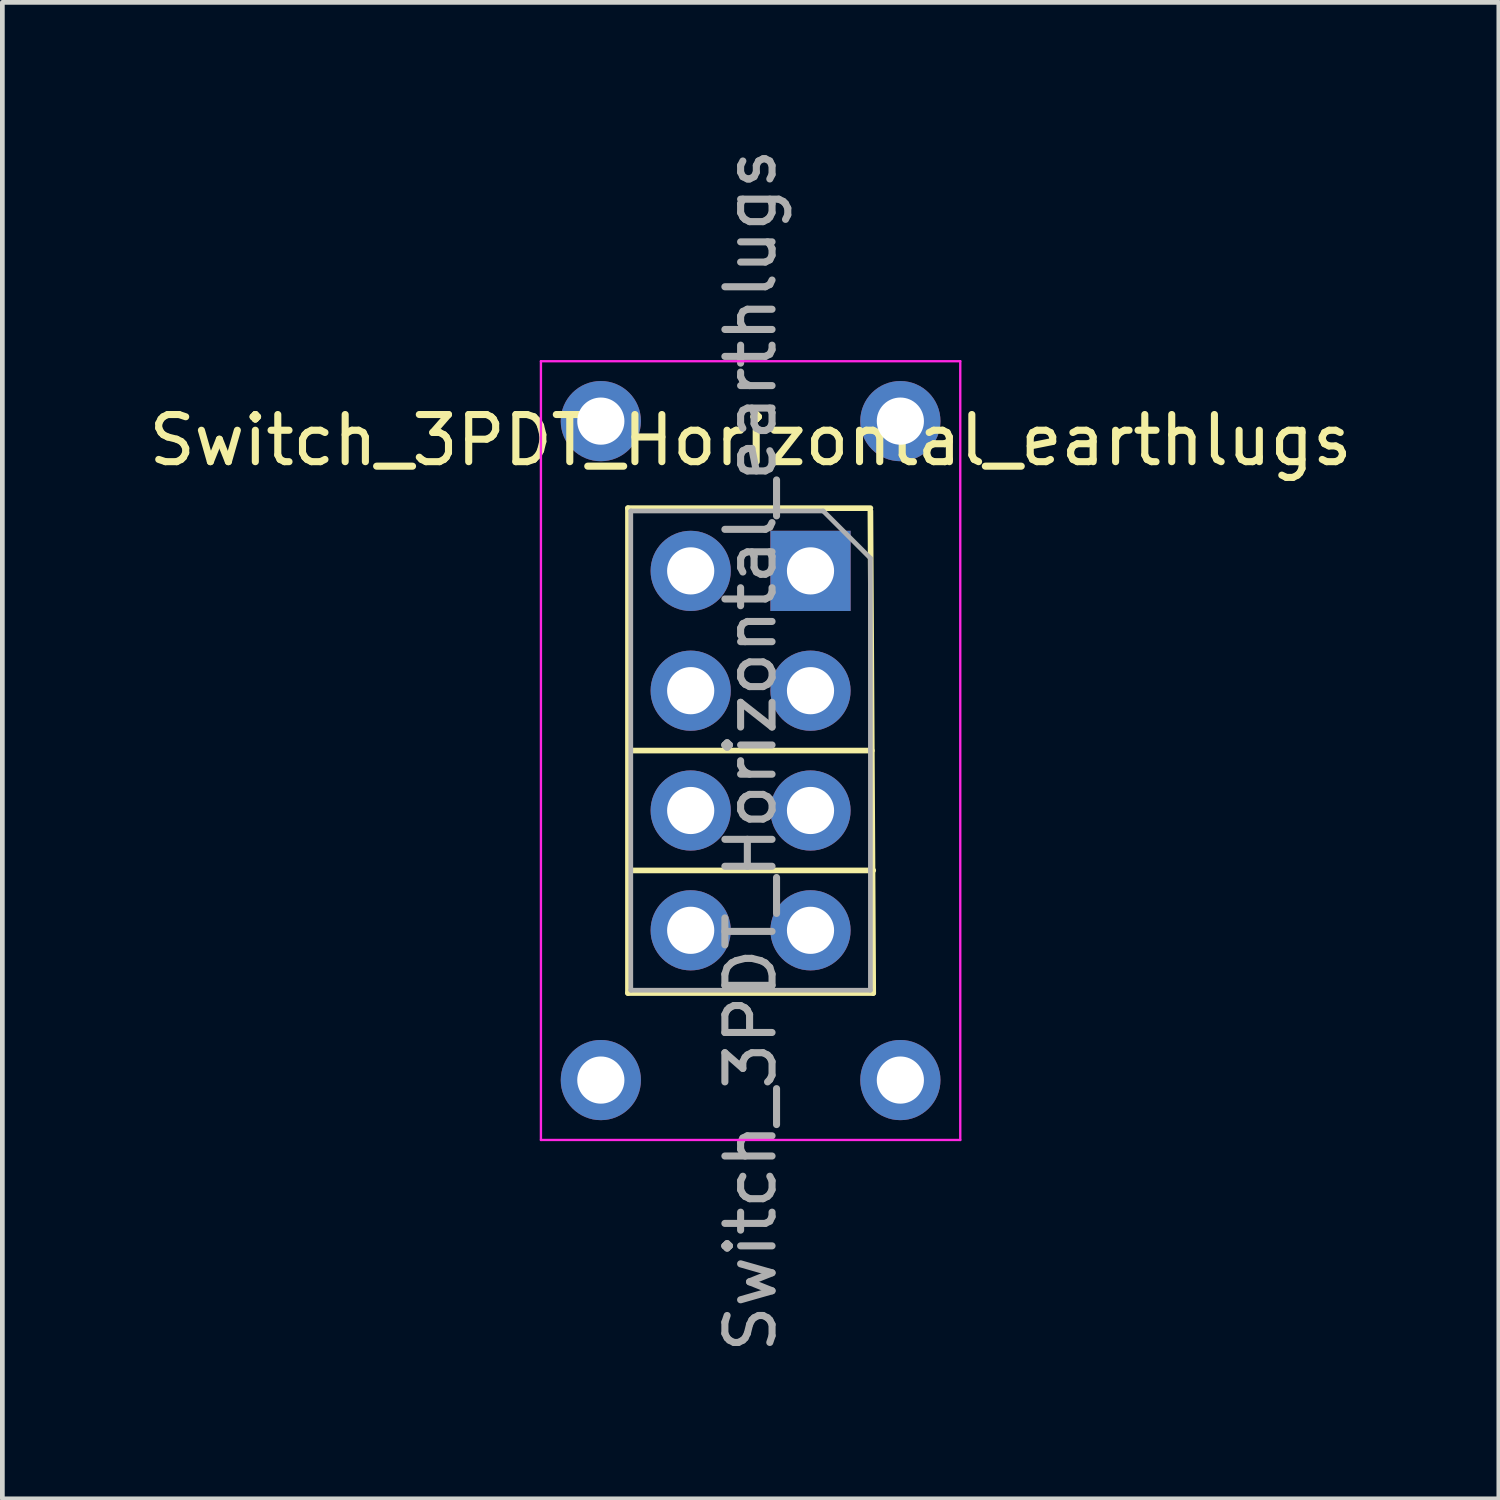
<source format=kicad_pcb>
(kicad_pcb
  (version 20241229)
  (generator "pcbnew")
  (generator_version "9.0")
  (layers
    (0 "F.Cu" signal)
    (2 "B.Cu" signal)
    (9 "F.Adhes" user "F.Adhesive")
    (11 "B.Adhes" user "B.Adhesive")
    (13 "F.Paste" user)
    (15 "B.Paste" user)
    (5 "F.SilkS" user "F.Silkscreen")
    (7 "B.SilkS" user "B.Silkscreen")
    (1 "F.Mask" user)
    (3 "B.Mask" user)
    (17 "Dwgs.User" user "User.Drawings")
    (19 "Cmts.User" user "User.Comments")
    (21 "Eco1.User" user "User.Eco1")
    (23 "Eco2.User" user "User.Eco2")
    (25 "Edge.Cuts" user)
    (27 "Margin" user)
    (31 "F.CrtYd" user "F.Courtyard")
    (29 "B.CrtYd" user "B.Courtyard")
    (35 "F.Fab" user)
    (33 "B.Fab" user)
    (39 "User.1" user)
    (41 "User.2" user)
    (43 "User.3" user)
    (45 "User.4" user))
  (footprint "Switch_3PDT_Horizontal_earthlugs"
    (layer "F.Cu")
    (at 14.133 9.053)
    (property "Reference" "Switch_3PDT_Horizontal_earthlugs" (at -1.27 -2.77 0) (layer "F.SilkS") (effects (font (size 1 1) (thickness 0.15))))
    (attr through_hole)
    (fp_line (start -3.87 -1.33) (end -3.87 8.95) (stroke (width 0.12) (type solid)) (layer "F.SilkS"))
    (fp_line (start -3.87 -1.33) (end 1.27 -1.33) (stroke (width 0.12) (type solid)) (layer "F.SilkS"))
    (fp_line (start -3.87 8.95) (end 1.33 8.95) (stroke (width 0.12) (type solid)) (layer "F.SilkS"))
    (fp_line (start -3.84 3.81) (end 1.3 3.81) (stroke (width 0.12) (type solid)) (layer "F.SilkS"))
    (fp_line (start -3.81 6.35) (end 1.33 6.35) (stroke (width 0.12) (type solid)) (layer "F.SilkS"))
    (fp_line (start 1.27 -1.27) (end 1.33 8.95) (stroke (width 0.12) (type solid)) (layer "F.SilkS"))
    (fp_line (start -5.715 -4.445) (end 3.175 -4.445) (stroke (width 0.05) (type solid)) (layer "F.CrtYd"))
    (fp_line (start -5.715 12.065) (end -5.715 -4.445) (stroke (width 0.05) (type solid)) (layer "F.CrtYd"))
    (fp_line (start 3.175 -4.445) (end 3.175 12.065) (stroke (width 0.05) (type solid)) (layer "F.CrtYd"))
    (fp_line (start 3.175 12.065) (end -5.715 12.065) (stroke (width 0.05) (type solid)) (layer "F.CrtYd"))
    (fp_line (start -3.81 -1.27) (end 0.27 -1.27) (stroke (width 0.1) (type solid)) (layer "F.Fab"))
    (fp_line (start -3.81 8.89) (end -3.81 -1.27) (stroke (width 0.1) (type solid)) (layer "F.Fab"))
    (fp_line (start 0.27 -1.27) (end 1.27 -0.27) (stroke (width 0.1) (type solid)) (layer "F.Fab"))
    (fp_line (start 1.27 -0.27) (end 1.27 8.89) (stroke (width 0.1) (type solid)) (layer "F.Fab"))
    (fp_line (start 1.27 8.89) (end -3.81 8.89) (stroke (width 0.1) (type solid)) (layer "F.Fab"))
    (fp_text user "${REFERENCE}" (at -1.27 3.81 90) (layer "F.Fab") (effects (font (size 1 1) (thickness 0.15))))
    (pad "0" thru_hole oval (at -4.445 -3.175) (size 1.7 1.7) (drill 1) (layers "*.Cu" "*.Mask"))
    (pad "0" thru_hole oval (at -4.445 10.795) (size 1.7 1.7) (drill 1) (layers "*.Cu" "*.Mask"))
    (pad "0" thru_hole oval (at 1.905 -3.175) (size 1.7 1.7) (drill 1) (layers "*.Cu" "*.Mask"))
    (pad "0" thru_hole oval (at 1.905 10.795) (size 1.7 1.7) (drill 1) (layers "*.Cu" "*.Mask"))
    (pad "1" thru_hole rect (at 0 0) (size 1.7 1.7) (drill 1) (layers "*.Cu" "*.Mask"))
    (pad "2" thru_hole oval (at 0 2.54) (size 1.7 1.7) (drill 1) (layers "*.Cu" "*.Mask"))
    (pad "3" thru_hole oval (at 0 5.08) (size 1.7 1.7) (drill 1) (layers "*.Cu" "*.Mask"))
    (pad "4" thru_hole oval (at 0 7.62) (size 1.7 1.7) (drill 1) (layers "*.Cu" "*.Mask"))
    (pad "5" thru_hole oval (at -2.54 0) (size 1.7 1.7) (drill 1) (layers "*.Cu" "*.Mask"))
    (pad "6" thru_hole oval (at -2.54 2.54) (size 1.7 1.7) (drill 1) (layers "*.Cu" "*.Mask"))
    (pad "7" thru_hole oval (at -2.54 5.08) (size 1.7 1.7) (drill 1) (layers "*.Cu" "*.Mask"))
    (pad "8" thru_hole oval (at -2.54 7.62) (size 1.7 1.7) (drill 1) (layers "*.Cu" "*.Mask")))
  (gr_rect
    (start -3 -3)
    (end 28.726 28.726)
    (stroke (width 0.1) (type default))
    (fill no)
    (layer "Edge.Cuts")))
</source>
